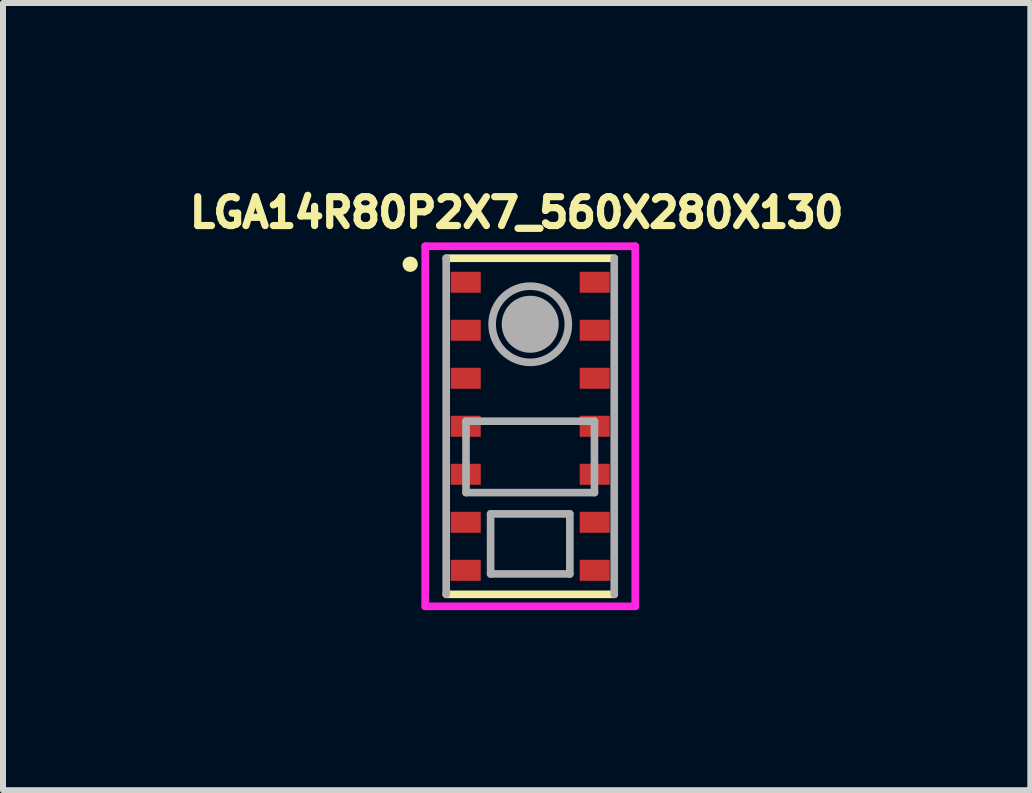
<source format=kicad_pcb>
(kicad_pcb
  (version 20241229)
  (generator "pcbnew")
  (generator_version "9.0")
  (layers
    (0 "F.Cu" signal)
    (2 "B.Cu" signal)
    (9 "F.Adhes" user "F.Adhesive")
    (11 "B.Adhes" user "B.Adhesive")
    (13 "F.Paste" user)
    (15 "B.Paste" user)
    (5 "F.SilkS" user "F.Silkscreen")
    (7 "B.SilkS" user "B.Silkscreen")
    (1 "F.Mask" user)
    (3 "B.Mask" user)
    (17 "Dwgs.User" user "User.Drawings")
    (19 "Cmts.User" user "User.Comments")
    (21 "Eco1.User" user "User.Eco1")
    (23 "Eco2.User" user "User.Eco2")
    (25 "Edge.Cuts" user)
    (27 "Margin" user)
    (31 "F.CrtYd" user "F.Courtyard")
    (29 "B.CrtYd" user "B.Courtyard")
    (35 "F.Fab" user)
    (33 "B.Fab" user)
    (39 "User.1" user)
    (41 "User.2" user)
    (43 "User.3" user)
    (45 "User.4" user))
  (footprint "LGA14R80P2X7_560X280X130"
    (layer "F.Cu")
    (at 5.785 4.053)
    (property "Reference" "LGA14R80P2X7_560X280X130" (at -0.226 -3.561 0) (layer "F.SilkS") (effects (font (size 0.481 0.481) (thickness 0.15))))
    (attr through_hole)
    (fp_line (start -1.4 2.8) (end 1.4 2.8) (stroke (width 0.127) (type solid)) (layer "F.SilkS"))
    (fp_line (start 1.4 -2.8) (end -1.4 -2.8) (stroke (width 0.127) (type solid)) (layer "F.SilkS"))
    (fp_circle (center -2 -2.7) (end -1.873 -2.7) (stroke (width 0) (type solid)) (fill yes) (layer "F.SilkS"))
    (fp_line (start -1.75 -3) (end 1.75 -3) (stroke (width 0.127) (type solid)) (layer "F.CrtYd"))
    (fp_line (start -1.75 3) (end -1.75 -3) (stroke (width 0.127) (type solid)) (layer "F.CrtYd"))
    (fp_line (start 1.75 -3) (end 1.75 3) (stroke (width 0.127) (type solid)) (layer "F.CrtYd"))
    (fp_line (start 1.75 3) (end -1.75 3) (stroke (width 0.127) (type solid)) (layer "F.CrtYd"))
    (fp_line (start -1.4 -2.8) (end -1.4 2.8) (stroke (width 0.127) (type solid)) (layer "F.Fab"))
    (fp_line (start -1.07 -0.085) (end -1.07 1.105) (stroke (width 0.127) (type solid)) (layer "F.Fab"))
    (fp_line (start -1.07 1.105) (end 1.07 1.105) (stroke (width 0.127) (type solid)) (layer "F.Fab"))
    (fp_line (start -0.66 1.46) (end -0.66 2.46) (stroke (width 0.127) (type solid)) (layer "F.Fab"))
    (fp_line (start -0.66 2.46) (end 0.66 2.46) (stroke (width 0.127) (type solid)) (layer "F.Fab"))
    (fp_line (start 0.66 1.46) (end -0.66 1.46) (stroke (width 0.127) (type solid)) (layer "F.Fab"))
    (fp_line (start 0.66 2.46) (end 0.66 1.46) (stroke (width 0.127) (type solid)) (layer "F.Fab"))
    (fp_line (start 1.07 -0.085) (end -1.07 -0.085) (stroke (width 0.127) (type solid)) (layer "F.Fab"))
    (fp_line (start 1.07 1.105) (end 1.07 -0.085) (stroke (width 0.127) (type solid)) (layer "F.Fab"))
    (fp_line (start 1.4 2.8) (end 1.4 -2.8) (stroke (width 0.127) (type solid)) (layer "F.Fab"))
    (fp_circle (center 0 -1.7) (end 0.475 -1.7) (stroke (width 0) (type solid)) (fill yes) (layer "F.Fab"))
    (fp_circle (center 0 -1.7) (end 0.635 -1.7) (stroke (width 0.127) (type solid)) (fill no) (layer "F.Fab"))
    (pad "1" smd rect (at -1.075 -2.4) (size 0.5 0.35) (layers "F.Cu" "F.Mask" "F.Paste"))
    (pad "2" smd rect (at -1.075 -1.6) (size 0.5 0.35) (layers "F.Cu" "F.Mask" "F.Paste"))
    (pad "3" smd rect (at -1.075 -0.8) (size 0.5 0.35) (layers "F.Cu" "F.Mask" "F.Paste"))
    (pad "4" smd rect (at -1.075 0) (size 0.5 0.35) (layers "F.Cu" "F.Mask" "F.Paste"))
    (pad "5" smd rect (at -1.075 0.8) (size 0.5 0.35) (layers "F.Cu" "F.Mask" "F.Paste"))
    (pad "6" smd rect (at -1.075 1.6) (size 0.5 0.35) (layers "F.Cu" "F.Mask" "F.Paste"))
    (pad "7" smd rect (at -1.075 2.4) (size 0.5 0.35) (layers "F.Cu" "F.Mask" "F.Paste"))
    (pad "8" smd rect (at 1.075 2.4) (size 0.5 0.35) (layers "F.Cu" "F.Mask" "F.Paste"))
    (pad "9" smd rect (at 1.075 1.6) (size 0.5 0.35) (layers "F.Cu" "F.Mask" "F.Paste"))
    (pad "10" smd rect (at 1.075 0.8) (size 0.5 0.35) (layers "F.Cu" "F.Mask" "F.Paste"))
    (pad "11" smd rect (at 1.075 0) (size 0.5 0.35) (layers "F.Cu" "F.Mask" "F.Paste"))
    (pad "12" smd rect (at 1.075 -0.8) (size 0.5 0.35) (layers "F.Cu" "F.Mask" "F.Paste"))
    (pad "13" smd rect (at 1.075 -1.6) (size 0.5 0.35) (layers "F.Cu" "F.Mask" "F.Paste"))
    (pad "14" smd rect (at 1.075 -2.4) (size 0.5 0.35) (layers "F.Cu" "F.Mask" "F.Paste")))
  (gr_rect
    (start -3 -3)
    (end 14.118 10.117)
    (stroke (width 0.1) (type default))
    (fill no)
    (layer "Edge.Cuts")))
</source>
